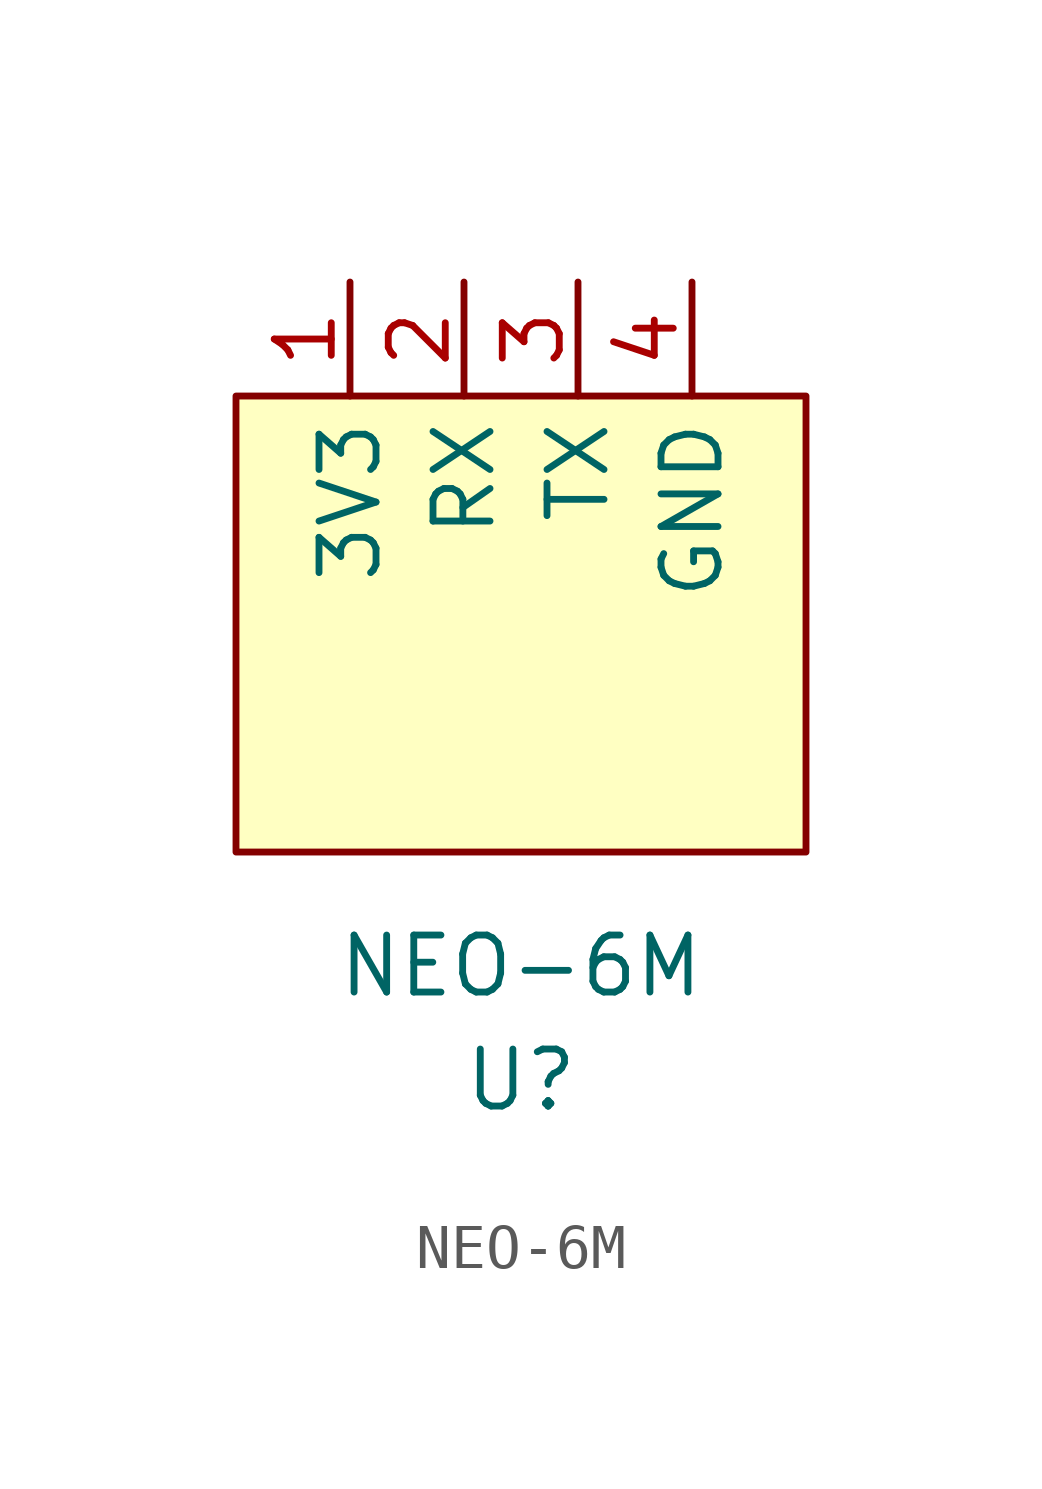
<source format=kicad_sym>
(kicad_symbol_lib
  (version 20211014)
  (generator kicad_symbol_editor)
  (symbol "NEO-6M"
    (property "Reference" "U"
      (at 0 -10.16 0)
      (effects (font (size 1.27 1.27))))
    (property "Value" "NEO-6M"
      (at 0 -7.62 0)
      (effects (font (size 1.27 1.27))))
    (symbol "NEO-6M_0_1"
      (rectangle (start 6.35 5.08) (end -6.35 -5.08) (stroke (width 0) (type default) (color 0 0 0 0)) (fill (type background))))
    (symbol "NEO-6M_1_1"
      (pin input line (at -3.81 7.62 270) (length 2.54) (name "3V3" (effects (font (size 1.27 1.27)))) (number "1" (effects (font (size 1.27 1.27)))))
      (pin input line (at -1.27 7.62 270) (length 2.54) (name "RX" (effects (font (size 1.27 1.27)))) (number "2" (effects (font (size 1.27 1.27)))))
      (pin input line (at 1.27 7.62 270) (length 2.54) (name "TX" (effects (font (size 1.27 1.27)))) (number "3" (effects (font (size 1.27 1.27)))))
      (pin input line (at 3.81 7.62 270) (length 2.54) (name "GND" (effects (font (size 1.27 1.27)))) (number "4" (effects (font (size 1.27 1.27))))))))
</source>
